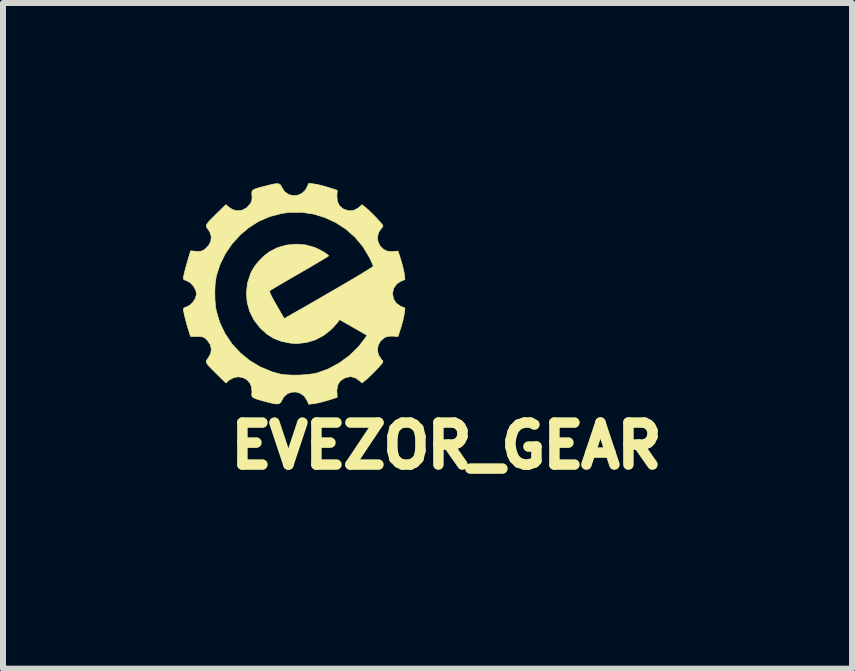
<source format=kicad_pcb>
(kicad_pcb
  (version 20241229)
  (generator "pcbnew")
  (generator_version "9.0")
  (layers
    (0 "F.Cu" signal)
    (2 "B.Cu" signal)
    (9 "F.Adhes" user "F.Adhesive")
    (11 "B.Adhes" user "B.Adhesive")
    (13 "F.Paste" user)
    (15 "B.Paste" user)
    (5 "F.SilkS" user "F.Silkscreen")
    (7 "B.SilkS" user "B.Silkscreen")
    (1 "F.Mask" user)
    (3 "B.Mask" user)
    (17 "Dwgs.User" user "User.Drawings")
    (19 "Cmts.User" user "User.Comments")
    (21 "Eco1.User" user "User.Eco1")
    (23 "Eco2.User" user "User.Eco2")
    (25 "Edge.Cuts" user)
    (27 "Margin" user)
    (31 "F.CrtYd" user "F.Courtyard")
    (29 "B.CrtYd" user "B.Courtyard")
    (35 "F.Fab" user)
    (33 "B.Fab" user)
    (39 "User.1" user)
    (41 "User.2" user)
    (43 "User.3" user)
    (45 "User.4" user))
  (footprint "EVEZOR_GEAR"
    (layer "F.Cu")
    (at 1.85 1.838)
    (property "Reference" "EVEZOR_GEAR" (at 2.54 2.54 0) (layer "F.SilkS") (effects (font (size 0.7 0.7) (thickness 0.175))))
    (attr through_hole)
    (fp_poly (pts (xy 0.334 -1.822) (xy 0.393 -1.812) (xy 0.469 -1.794) (xy 0.549 -1.771) (xy 0.572 -1.764) (xy 0.72 -1.717) (xy 0.715 -1.625) (xy 0.722 -1.533) (xy 0.755 -1.462) (xy 0.814 -1.41) (xy 0.835 -1.4) (xy 0.916 -1.374) (xy 0.991 -1.38) (xy 1.064 -1.418) (xy 1.096 -1.444) (xy 1.133 -1.477) (xy 1.197 -1.426) (xy 1.246 -1.383) (xy 1.308 -1.323) (xy 1.374 -1.256) (xy 1.433 -1.191) (xy 1.462 -1.157) (xy 1.482 -1.129) (xy 1.479 -1.109) (xy 1.457 -1.084) (xy 1.41 -1.016) (xy 1.391 -0.938) (xy 1.4 -0.859) (xy 1.435 -0.787) (xy 1.496 -0.73) (xy 1.501 -0.727) (xy 1.552 -0.703) (xy 1.612 -0.696) (xy 1.646 -0.697) (xy 1.734 -0.703) (xy 1.781 -0.555) (xy 1.804 -0.476) (xy 1.824 -0.397) (xy 1.837 -0.332) (xy 1.839 -0.318) (xy 1.849 -0.229) (xy 1.78 -0.201) (xy 1.71 -0.155) (xy 1.663 -0.087) (xy 1.643 -0.005) (xy 1.643 0.008) (xy 1.658 0.093) (xy 1.702 0.163) (xy 1.769 0.212) (xy 1.78 0.217) (xy 1.849 0.246) (xy 1.839 0.334) (xy 1.828 0.393) (xy 1.811 0.469) (xy 1.788 0.549) (xy 1.781 0.572) (xy 1.734 0.72) (xy 1.646 0.714) (xy 1.578 0.715) (xy 1.525 0.731) (xy 1.501 0.744) (xy 1.438 0.8) (xy 1.401 0.872) (xy 1.391 0.95) (xy 1.408 1.028) (xy 1.454 1.098) (xy 1.457 1.101) (xy 1.481 1.128) (xy 1.481 1.149) (xy 1.462 1.174) (xy 1.411 1.233) (xy 1.348 1.3) (xy 1.283 1.365) (xy 1.225 1.419) (xy 1.197 1.443) (xy 1.133 1.494) (xy 1.096 1.461) (xy 1.022 1.409) (xy 0.948 1.389) (xy 0.87 1.402) (xy 0.835 1.417) (xy 0.768 1.464) (xy 0.728 1.529) (xy 0.714 1.616) (xy 0.715 1.642) (xy 0.72 1.734) (xy 0.572 1.781) (xy 0.493 1.804) (xy 0.414 1.824) (xy 0.349 1.837) (xy 0.334 1.839) (xy 0.245 1.849) (xy 0.215 1.781) (xy 0.169 1.712) (xy 0.106 1.667) (xy 0.034 1.645) (xy -0.04 1.648) (xy -0.11 1.674) (xy -0.168 1.724) (xy -0.201 1.779) (xy -0.218 1.813) (xy -0.241 1.835) (xy -0.274 1.844) (xy -0.322 1.841) (xy -0.393 1.826) (xy -0.474 1.805) (xy -0.566 1.78) (xy -0.631 1.76) (xy -0.672 1.743) (xy -0.695 1.725) (xy -0.704 1.703) (xy -0.704 1.674) (xy -0.701 1.647) (xy -0.706 1.563) (xy -0.738 1.492) (xy -0.789 1.438) (xy -0.855 1.404) (xy -0.929 1.392) (xy -1.006 1.405) (xy -1.08 1.446) (xy -1.096 1.46) (xy -1.134 1.495) (xy -1.288 1.345) (xy -1.362 1.272) (xy -1.413 1.219) (xy -1.445 1.18) (xy -1.461 1.151) (xy -1.461 1.127) (xy -1.45 1.105) (xy -1.433 1.083) (xy -1.389 1.008) (xy -1.378 0.929) (xy -1.398 0.85) (xy -1.45 0.777) (xy -1.458 0.769) (xy -1.491 0.741) (xy -1.524 0.726) (xy -1.569 0.721) (xy -1.616 0.72) (xy -1.724 0.72) (xy -1.759 0.61) (xy -1.78 0.542) (xy -1.801 0.465) (xy -1.82 0.389) (xy -1.835 0.323) (xy -1.844 0.275) (xy -1.845 0.26) (xy -1.831 0.242) (xy -1.797 0.229) (xy -1.739 0.201) (xy -1.685 0.15) (xy -1.645 0.086) (xy -1.626 0.02) (xy -1.626 0.008) (xy -1.633 -0.028) (xy -1.32 -0.028) (xy -1.318 0.096) (xy -1.309 0.212) (xy -1.296 0.29) (xy -1.238 0.487) (xy -1.149 0.672) (xy -1.035 0.842) (xy -0.896 0.993) (xy -0.736 1.123) (xy -0.558 1.229) (xy -0.365 1.309) (xy -0.221 1.348) (xy -0.133 1.359) (xy -0.024 1.364) (xy 0.095 1.363) (xy 0.213 1.355) (xy 0.318 1.342) (xy 0.381 1.329) (xy 0.573 1.26) (xy 0.756 1.161) (xy 0.925 1.037) (xy 1.074 0.892) (xy 1.169 0.769) (xy 1.217 0.7) (xy 0.758 0.438) (xy 0.732 0.477) (xy 0.707 0.508) (xy 0.666 0.554) (xy 0.618 0.603) (xy 0.614 0.607) (xy 0.493 0.703) (xy 0.353 0.776) (xy 0.202 0.821) (xy 0.046 0.838) (xy -0.063 0.83) (xy -0.212 0.8) (xy -0.339 0.751) (xy -0.452 0.68) (xy -0.559 0.582) (xy -0.563 0.579) (xy -0.665 0.448) (xy -0.738 0.304) (xy -0.781 0.15) (xy -0.793 -0.009) (xy -0.775 -0.17) (xy -0.724 -0.327) (xy -0.701 -0.376) (xy -0.647 -0.462) (xy -0.572 -0.551) (xy -0.487 -0.633) (xy -0.408 -0.693) (xy -0.272 -0.762) (xy -0.122 -0.804) (xy 0.035 -0.819) (xy 0.19 -0.807) (xy 0.336 -0.767) (xy 0.372 -0.752) (xy 0.439 -0.719) (xy 0.5 -0.685) (xy 0.546 -0.654) (xy 0.573 -0.631) (xy 0.576 -0.624) (xy 0.562 -0.613) (xy 0.521 -0.588) (xy 0.459 -0.55) (xy 0.377 -0.501) (xy 0.28 -0.444) (xy 0.17 -0.38) (xy 0.097 -0.338) (xy -0.019 -0.271) (xy -0.126 -0.209) (xy -0.221 -0.153) (xy -0.3 -0.107) (xy -0.358 -0.072) (xy -0.393 -0.05) (xy -0.401 -0.044) (xy -0.406 -0.03) (xy -0.398 -0.001) (xy -0.377 0.045) (xy -0.341 0.113) (xy -0.292 0.198) (xy -0.163 0.422) (xy -0.068 0.367) (xy 0.149 0.244) (xy 0.352 0.127) (xy 0.54 0.018) (xy 0.713 -0.082) (xy 0.867 -0.172) (xy 1.002 -0.251) (xy 1.115 -0.319) (xy 1.205 -0.374) (xy 1.27 -0.415) (xy 1.309 -0.441) (xy 1.321 -0.451) (xy 1.314 -0.474) (xy 1.294 -0.519) (xy 1.267 -0.578) (xy 1.254 -0.603) (xy 1.148 -0.779) (xy 1.017 -0.935) (xy 0.865 -1.069) (xy 0.696 -1.179) (xy 0.513 -1.264) (xy 0.32 -1.322) (xy 0.121 -1.35) (xy -0.081 -1.348) (xy -0.206 -1.331) (xy -0.406 -1.278) (xy -0.589 -1.199) (xy -0.758 -1.091) (xy -0.895 -0.975) (xy -1.031 -0.826) (xy -1.145 -0.659) (xy -1.233 -0.481) (xy -1.292 -0.298) (xy -1.302 -0.247) (xy -1.315 -0.146) (xy -1.32 -0.028) (xy -1.633 -0.028) (xy -1.64 -0.057) (xy -1.677 -0.122) (xy -1.729 -0.177) (xy -1.787 -0.209) (xy -1.797 -0.212) (xy -1.832 -0.226) (xy -1.845 -0.243) (xy -1.84 -0.283) (xy -1.825 -0.35) (xy -1.803 -0.436) (xy -1.775 -0.534) (xy -1.767 -0.562) (xy -1.723 -0.708) (xy -1.636 -0.7) (xy -1.576 -0.697) (xy -1.532 -0.707) (xy -1.49 -0.731) (xy -1.425 -0.792) (xy -1.387 -0.865) (xy -1.379 -0.943) (xy -1.402 -1.02) (xy -1.432 -1.066) (xy -1.452 -1.091) (xy -1.462 -1.113) (xy -1.459 -1.138) (xy -1.442 -1.168) (xy -1.407 -1.209) (xy -1.352 -1.265) (xy -1.288 -1.328) (xy -1.134 -1.478) (xy -1.096 -1.443) (xy -1.021 -1.393) (xy -0.941 -1.375) (xy -0.861 -1.386) (xy -0.787 -1.426) (xy -0.727 -1.494) (xy -0.727 -1.494) (xy -0.704 -1.543) (xy -0.699 -1.598) (xy -0.701 -1.63) (xy -0.704 -1.668) (xy -0.701 -1.696) (xy -0.687 -1.718) (xy -0.657 -1.735) (xy -0.606 -1.753) (xy -0.529 -1.774) (xy -0.483 -1.786) (xy -0.388 -1.81) (xy -0.32 -1.824) (xy -0.273 -1.827) (xy -0.242 -1.82) (xy -0.221 -1.801) (xy -0.204 -1.77) (xy -0.201 -1.762) (xy -0.156 -1.693) (xy -0.094 -1.649) (xy -0.023 -1.628) (xy 0.051 -1.631) (xy 0.122 -1.658) (xy 0.181 -1.709) (xy 0.215 -1.764) (xy 0.245 -1.833) (xy 0.334 -1.822)) (stroke (width 0.01) (type solid)) (fill yes) (layer "F.SilkS")))
  (gr_rect
    (start -3 -3)
    (end 11.15 8.094)
    (stroke (width 0.1) (type default))
    (fill no)
    (layer "Edge.Cuts")))
</source>
